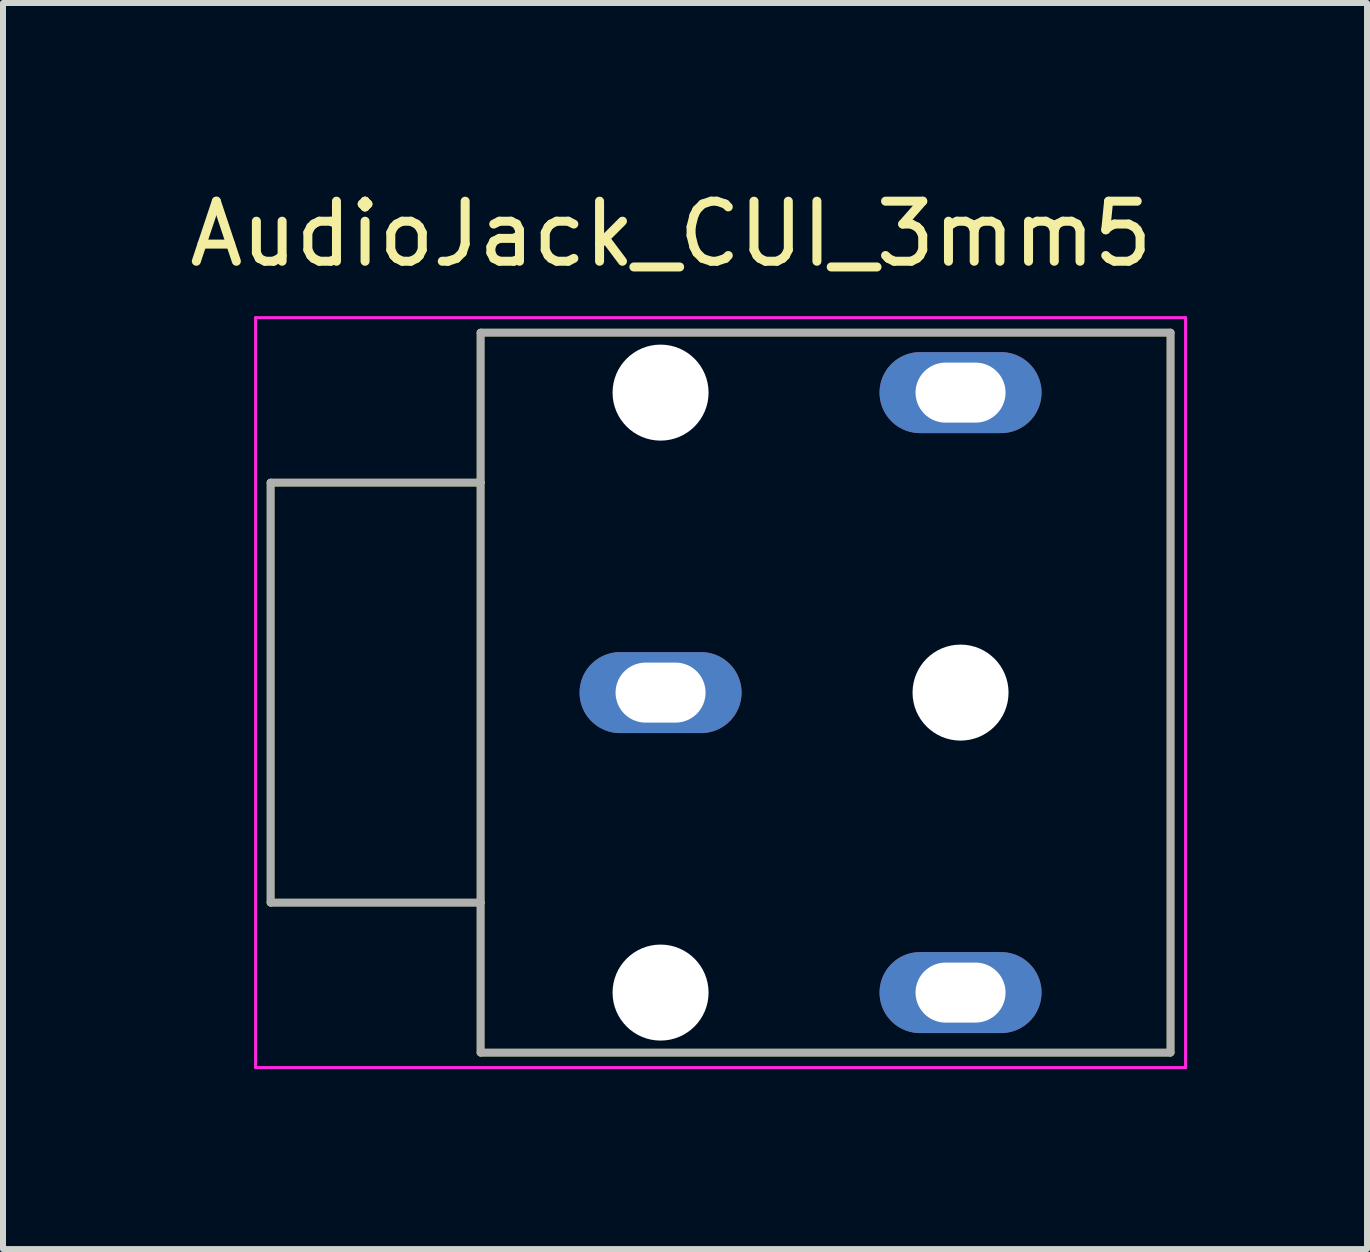
<source format=kicad_pcb>
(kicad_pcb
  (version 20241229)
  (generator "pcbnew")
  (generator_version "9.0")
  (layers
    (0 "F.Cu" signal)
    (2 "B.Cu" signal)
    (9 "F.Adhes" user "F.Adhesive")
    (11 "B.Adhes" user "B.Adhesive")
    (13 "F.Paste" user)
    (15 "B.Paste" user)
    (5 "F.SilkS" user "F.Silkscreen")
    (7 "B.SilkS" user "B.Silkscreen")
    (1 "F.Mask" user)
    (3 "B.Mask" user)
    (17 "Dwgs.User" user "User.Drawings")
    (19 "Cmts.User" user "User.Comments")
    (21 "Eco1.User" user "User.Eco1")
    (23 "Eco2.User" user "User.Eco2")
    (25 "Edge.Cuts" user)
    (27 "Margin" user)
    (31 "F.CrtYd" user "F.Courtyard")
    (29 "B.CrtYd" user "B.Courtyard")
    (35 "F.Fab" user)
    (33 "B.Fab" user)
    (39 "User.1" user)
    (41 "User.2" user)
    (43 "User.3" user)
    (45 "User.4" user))
  (footprint "AudioJack_CUI_3mm5"
    (layer "F.Cu")
    (at 7.96 8.494)
    (property "Reference" "AudioJack_CUI_3mm5" (at 0.175 -7.645 0) (layer "F.SilkS") (effects (font (size 1.001 1.001) (thickness 0.15))))
    (attr through_hole)
    (fp_line (start -6.5 -3.5) (end -3 -3.5) (stroke (width 0.127) (type solid)) (layer "F.SilkS"))
    (fp_line (start -6.5 3.5) (end -6.5 -3.5) (stroke (width 0.127) (type solid)) (layer "F.SilkS"))
    (fp_line (start -3 -6) (end 8.5 -6) (stroke (width 0.127) (type solid)) (layer "F.SilkS"))
    (fp_line (start -3 -3.5) (end -3 -6) (stroke (width 0.127) (type solid)) (layer "F.SilkS"))
    (fp_line (start -3 -3.5) (end -3 3.5) (stroke (width 0.127) (type solid)) (layer "F.SilkS"))
    (fp_line (start -3 3.5) (end -6.5 3.5) (stroke (width 0.127) (type solid)) (layer "F.SilkS"))
    (fp_line (start -3 6) (end -3 3.5) (stroke (width 0.127) (type solid)) (layer "F.SilkS"))
    (fp_line (start 8.5 -6) (end 8.5 6) (stroke (width 0.127) (type solid)) (layer "F.SilkS"))
    (fp_line (start 8.5 6) (end -3 6) (stroke (width 0.127) (type solid)) (layer "F.SilkS"))
    (fp_line (start -6.75 -6.25) (end 8.75 -6.25) (stroke (width 0.05) (type solid)) (layer "F.CrtYd"))
    (fp_line (start -6.75 6.25) (end -6.75 -6.25) (stroke (width 0.05) (type solid)) (layer "F.CrtYd"))
    (fp_line (start 8.75 -6.25) (end 8.75 6.25) (stroke (width 0.05) (type solid)) (layer "F.CrtYd"))
    (fp_line (start 8.75 6.25) (end -6.75 6.25) (stroke (width 0.05) (type solid)) (layer "F.CrtYd"))
    (fp_line (start -6.5 -3.5) (end -3 -3.5) (stroke (width 0.127) (type solid)) (layer "F.Fab"))
    (fp_line (start -6.5 3.5) (end -6.5 -3.5) (stroke (width 0.127) (type solid)) (layer "F.Fab"))
    (fp_line (start -3 -6) (end 8.5 -6) (stroke (width 0.127) (type solid)) (layer "F.Fab"))
    (fp_line (start -3 -3.5) (end -3 -6) (stroke (width 0.127) (type solid)) (layer "F.Fab"))
    (fp_line (start -3 -3.5) (end -3 3.5) (stroke (width 0.127) (type solid)) (layer "F.Fab"))
    (fp_line (start -3 3.5) (end -6.5 3.5) (stroke (width 0.127) (type solid)) (layer "F.Fab"))
    (fp_line (start -3 6) (end -3 3.5) (stroke (width 0.127) (type solid)) (layer "F.Fab"))
    (fp_line (start 8.5 -6) (end 8.5 6) (stroke (width 0.127) (type solid)) (layer "F.Fab"))
    (fp_line (start 8.5 6) (end -3 6) (stroke (width 0.127) (type solid)) (layer "F.Fab"))
    (pad "" np_thru_hole circle (at 0 -5) (size 1.6 1.6) (drill 1.6) (layers "*.Cu" "*.Mask"))
    (pad "" np_thru_hole circle (at 0 5) (size 1.6 1.6) (drill 1.6) (layers "*.Cu" "*.Mask"))
    (pad "" np_thru_hole circle (at 5 0) (size 1.6 1.6) (drill 1.6) (layers "*.Cu" "*.Mask"))
    (pad "R" thru_hole oval (at 5 -5) (size 2.7 1.35) (drill oval 1.5 1) (layers "*.Cu" "*.Mask"))
    (pad "S" thru_hole oval (at 0 0) (size 2.7 1.35) (drill oval 1.5 1) (layers "*.Cu" "*.Mask"))
    (pad "T" thru_hole oval (at 5 5) (size 2.7 1.35) (drill oval 1.5 1) (layers "*.Cu" "*.Mask")))
  (gr_rect
    (start -3 -3)
    (end 19.735 17.769)
    (stroke (width 0.1) (type default))
    (fill no)
    (layer "Edge.Cuts")))
</source>
